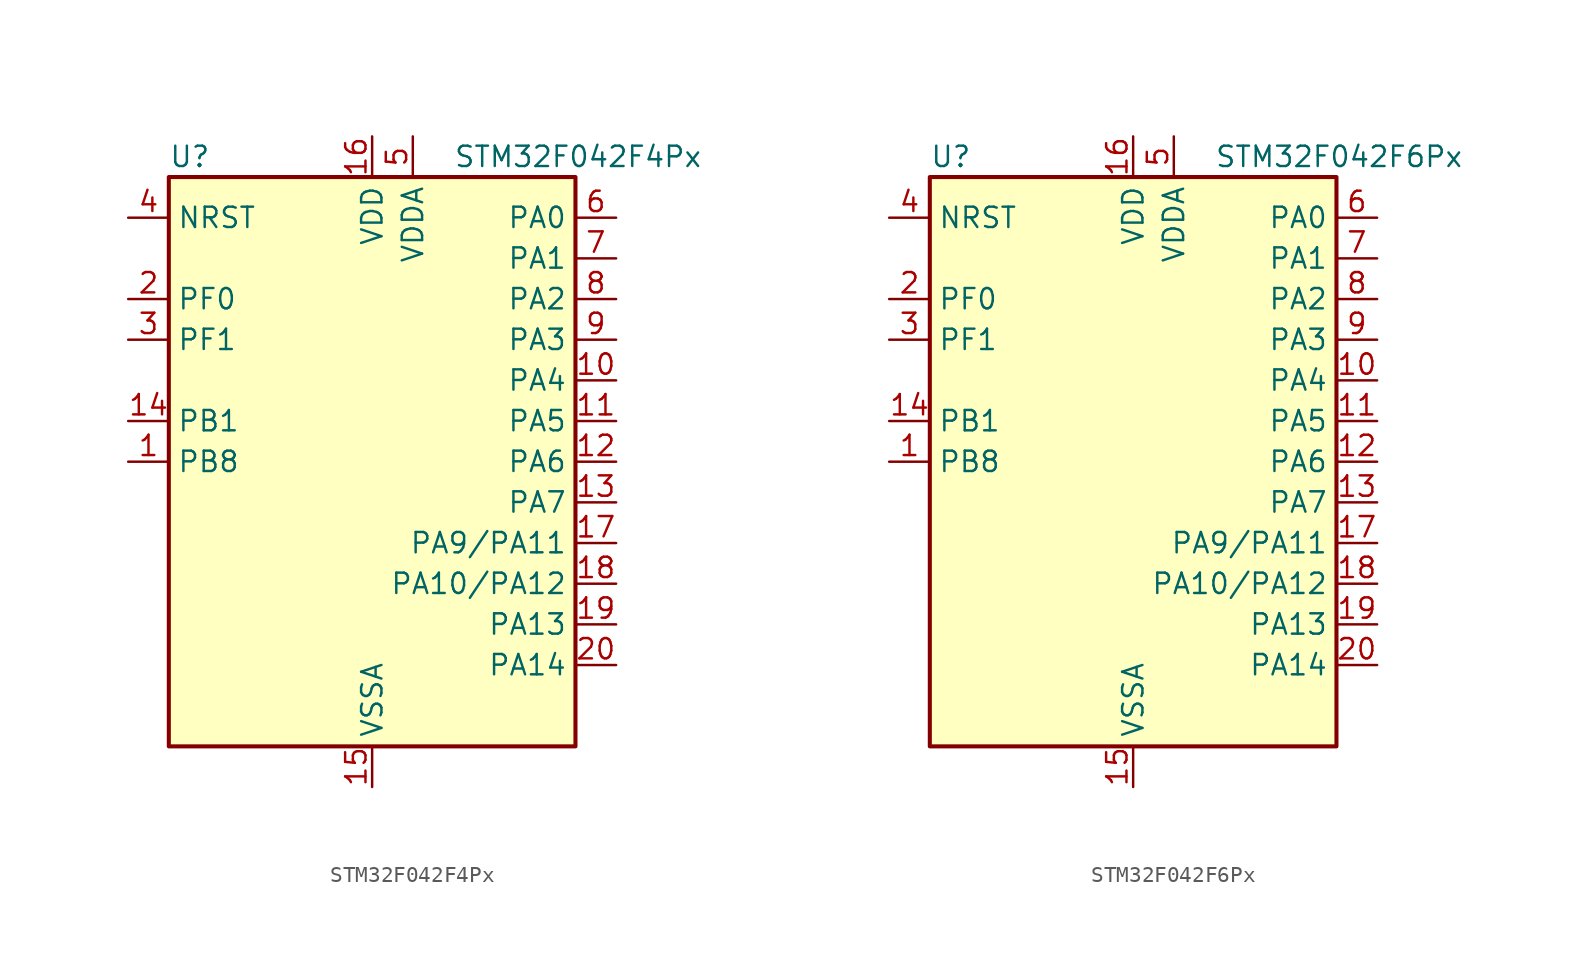
<source format=kicad_sym>
(kicad_symbol_lib
  (version 20220914)
  (generator kicad_symbol_editor)
  (symbol "STM32F042F4Px"
    (property "Reference" "U"
      (at -12.7 19.05 0)
      (effects (font (size 1.27 1.27)) (justify left)))
    (property "Value" "STM32F042F4Px"
      (at 5.08 19.05 0)
      (effects (font (size 1.27 1.27)) (justify left)))
    (property "ki_locked" ""
      (at 0 0 0)
      (effects (font (size 1.27 1.27))))
    (symbol "STM32F042F4Px_0_1"
      (rectangle (start -12.7 -17.78) (end 12.7 17.78) (stroke (width 0.254) (type default)) (fill (type background))))
    (symbol "STM32F042F4Px_1_1"
      (pin bidirectional line (at -15.24 0 0) (length 2.54) (name "PB8" (effects (font (size 1.27 1.27)))) (number "1" (effects (font (size 1.27 1.27)))) (alternate "CAN_RX" bidirectional line) (alternate "CEC" bidirectional line) (alternate "I2C1_SCL" bidirectional line) (alternate "TIM16_CH1" bidirectional line) (alternate "TSC_SYNC" bidirectional line))
      (pin bidirectional line (at 15.24 5.08 180) (length 2.54) (name "PA4" (effects (font (size 1.27 1.27)))) (number "10" (effects (font (size 1.27 1.27)))) (alternate "ADC_IN4" bidirectional line) (alternate "I2S1_WS" bidirectional line) (alternate "SPI1_NSS" bidirectional line) (alternate "TIM14_CH1" bidirectional line) (alternate "TSC_G2_IO1" bidirectional line) (alternate "USART2_CK" bidirectional line) (alternate "USB_NOE" bidirectional line))
      (pin bidirectional line (at 15.24 2.54 180) (length 2.54) (name "PA5" (effects (font (size 1.27 1.27)))) (number "11" (effects (font (size 1.27 1.27)))) (alternate "ADC_IN5" bidirectional line) (alternate "CEC" bidirectional line) (alternate "I2S1_CK" bidirectional line) (alternate "SPI1_SCK" bidirectional line) (alternate "TIM2_CH1" bidirectional line) (alternate "TIM2_ETR" bidirectional line) (alternate "TSC_G2_IO2" bidirectional line))
      (pin bidirectional line (at 15.24 0 180) (length 2.54) (name "PA6" (effects (font (size 1.27 1.27)))) (number "12" (effects (font (size 1.27 1.27)))) (alternate "ADC_IN6" bidirectional line) (alternate "I2S1_MCK" bidirectional line) (alternate "SPI1_MISO" bidirectional line) (alternate "TIM16_CH1" bidirectional line) (alternate "TIM1_BKIN" bidirectional line) (alternate "TIM3_CH1" bidirectional line) (alternate "TSC_G2_IO3" bidirectional line))
      (pin bidirectional line (at 15.24 -2.54 180) (length 2.54) (name "PA7" (effects (font (size 1.27 1.27)))) (number "13" (effects (font (size 1.27 1.27)))) (alternate "ADC_IN7" bidirectional line) (alternate "I2S1_SD" bidirectional line) (alternate "SPI1_MOSI" bidirectional line) (alternate "TIM14_CH1" bidirectional line) (alternate "TIM17_CH1" bidirectional line) (alternate "TIM1_CH1N" bidirectional line) (alternate "TIM3_CH2" bidirectional line) (alternate "TSC_G2_IO4" bidirectional line))
      (pin bidirectional line (at -15.24 2.54 0) (length 2.54) (name "PB1" (effects (font (size 1.27 1.27)))) (number "14" (effects (font (size 1.27 1.27)))) (alternate "ADC_IN9" bidirectional line) (alternate "TIM14_CH1" bidirectional line) (alternate "TIM1_CH3N" bidirectional line) (alternate "TIM3_CH4" bidirectional line))
      (pin power_in line (at 0 -20.32 90) (length 2.54) (name "VSSA" (effects (font (size 1.27 1.27)))) (number "15" (effects (font (size 1.27 1.27)))))
      (pin power_in line (at 0 20.32 270) (length 2.54) (name "VDD" (effects (font (size 1.27 1.27)))) (number "16" (effects (font (size 1.27 1.27)))))
      (pin bidirectional line (at 15.24 -5.08 180) (length 2.54) (name "PA9/PA11" (effects (font (size 1.27 1.27)))) (number "17" (effects (font (size 1.27 1.27)))) (alternate "I2C1_SCL" bidirectional line) (alternate "TIM1_CH2" bidirectional line) (alternate "TSC_G4_IO1" bidirectional line) (alternate "USART1_TX" bidirectional line))
      (pin bidirectional line (at 15.24 -7.62 180) (length 2.54) (name "PA10/PA12" (effects (font (size 1.27 1.27)))) (number "18" (effects (font (size 1.27 1.27)))) (alternate "I2C1_SDA" bidirectional line) (alternate "TIM17_BKIN" bidirectional line) (alternate "TIM1_CH3" bidirectional line) (alternate "TSC_G4_IO2" bidirectional line) (alternate "USART1_RX" bidirectional line))
      (pin bidirectional line (at 15.24 -10.16 180) (length 2.54) (name "PA13" (effects (font (size 1.27 1.27)))) (number "19" (effects (font (size 1.27 1.27)))) (alternate "IR_OUT" bidirectional line) (alternate "SYS_SWDIO" bidirectional line) (alternate "USB_NOE" bidirectional line))
      (pin bidirectional line (at -15.24 10.16 0) (length 2.54) (name "PF0" (effects (font (size 1.27 1.27)))) (number "2" (effects (font (size 1.27 1.27)))) (alternate "CRS_SYNC" bidirectional line) (alternate "I2C1_SDA" bidirectional line) (alternate "RCC_OSC_IN" bidirectional line))
      (pin bidirectional line (at 15.24 -12.7 180) (length 2.54) (name "PA14" (effects (font (size 1.27 1.27)))) (number "20" (effects (font (size 1.27 1.27)))) (alternate "SYS_SWCLK" bidirectional line) (alternate "USART2_TX" bidirectional line))
      (pin bidirectional line (at -15.24 7.62 0) (length 2.54) (name "PF1" (effects (font (size 1.27 1.27)))) (number "3" (effects (font (size 1.27 1.27)))) (alternate "I2C1_SCL" bidirectional line) (alternate "RCC_OSC_OUT" bidirectional line))
      (pin input line (at -15.24 15.24 0) (length 2.54) (name "NRST" (effects (font (size 1.27 1.27)))) (number "4" (effects (font (size 1.27 1.27)))))
      (pin power_in line (at 2.54 20.32 270) (length 2.54) (name "VDDA" (effects (font (size 1.27 1.27)))) (number "5" (effects (font (size 1.27 1.27)))))
      (pin bidirectional line (at 15.24 15.24 180) (length 2.54) (name "PA0" (effects (font (size 1.27 1.27)))) (number "6" (effects (font (size 1.27 1.27)))) (alternate "ADC_IN0" bidirectional line) (alternate "RTC_TAMP2" bidirectional line) (alternate "SYS_WKUP1" bidirectional line) (alternate "TIM2_CH1" bidirectional line) (alternate "TIM2_ETR" bidirectional line) (alternate "TSC_G1_IO1" bidirectional line) (alternate "USART2_CTS" bidirectional line))
      (pin bidirectional line (at 15.24 12.7 180) (length 2.54) (name "PA1" (effects (font (size 1.27 1.27)))) (number "7" (effects (font (size 1.27 1.27)))) (alternate "ADC_IN1" bidirectional line) (alternate "TIM2_CH2" bidirectional line) (alternate "TSC_G1_IO2" bidirectional line) (alternate "USART2_DE" bidirectional line) (alternate "USART2_RTS" bidirectional line))
      (pin bidirectional line (at 15.24 10.16 180) (length 2.54) (name "PA2" (effects (font (size 1.27 1.27)))) (number "8" (effects (font (size 1.27 1.27)))) (alternate "ADC_IN2" bidirectional line) (alternate "SYS_WKUP4" bidirectional line) (alternate "TIM2_CH3" bidirectional line) (alternate "TSC_G1_IO3" bidirectional line) (alternate "USART2_TX" bidirectional line))
      (pin bidirectional line (at 15.24 7.62 180) (length 2.54) (name "PA3" (effects (font (size 1.27 1.27)))) (number "9" (effects (font (size 1.27 1.27)))) (alternate "ADC_IN3" bidirectional line) (alternate "TIM2_CH4" bidirectional line) (alternate "TSC_G1_IO4" bidirectional line) (alternate "USART2_RX" bidirectional line))))
  (symbol "STM32F042F6Px"
    (property "Reference" "U"
      (at -12.7 19.05 0)
      (effects (font (size 1.27 1.27)) (justify left)))
    (property "Value" "STM32F042F6Px"
      (at 5.08 19.05 0)
      (effects (font (size 1.27 1.27)) (justify left)))
    (property "ki_locked" ""
      (at 0 0 0)
      (effects (font (size 1.27 1.27))))
    (symbol "STM32F042F6Px_0_1"
      (rectangle (start -12.7 -17.78) (end 12.7 17.78) (stroke (width 0.254) (type default)) (fill (type background))))
    (symbol "STM32F042F6Px_1_1"
      (pin bidirectional line (at -15.24 0 0) (length 2.54) (name "PB8" (effects (font (size 1.27 1.27)))) (number "1" (effects (font (size 1.27 1.27)))) (alternate "CAN_RX" bidirectional line) (alternate "CEC" bidirectional line) (alternate "I2C1_SCL" bidirectional line) (alternate "TIM16_CH1" bidirectional line) (alternate "TSC_SYNC" bidirectional line))
      (pin bidirectional line (at 15.24 5.08 180) (length 2.54) (name "PA4" (effects (font (size 1.27 1.27)))) (number "10" (effects (font (size 1.27 1.27)))) (alternate "ADC_IN4" bidirectional line) (alternate "I2S1_WS" bidirectional line) (alternate "SPI1_NSS" bidirectional line) (alternate "TIM14_CH1" bidirectional line) (alternate "TSC_G2_IO1" bidirectional line) (alternate "USART2_CK" bidirectional line) (alternate "USB_NOE" bidirectional line))
      (pin bidirectional line (at 15.24 2.54 180) (length 2.54) (name "PA5" (effects (font (size 1.27 1.27)))) (number "11" (effects (font (size 1.27 1.27)))) (alternate "ADC_IN5" bidirectional line) (alternate "CEC" bidirectional line) (alternate "I2S1_CK" bidirectional line) (alternate "SPI1_SCK" bidirectional line) (alternate "TIM2_CH1" bidirectional line) (alternate "TIM2_ETR" bidirectional line) (alternate "TSC_G2_IO2" bidirectional line))
      (pin bidirectional line (at 15.24 0 180) (length 2.54) (name "PA6" (effects (font (size 1.27 1.27)))) (number "12" (effects (font (size 1.27 1.27)))) (alternate "ADC_IN6" bidirectional line) (alternate "I2S1_MCK" bidirectional line) (alternate "SPI1_MISO" bidirectional line) (alternate "TIM16_CH1" bidirectional line) (alternate "TIM1_BKIN" bidirectional line) (alternate "TIM3_CH1" bidirectional line) (alternate "TSC_G2_IO3" bidirectional line))
      (pin bidirectional line (at 15.24 -2.54 180) (length 2.54) (name "PA7" (effects (font (size 1.27 1.27)))) (number "13" (effects (font (size 1.27 1.27)))) (alternate "ADC_IN7" bidirectional line) (alternate "I2S1_SD" bidirectional line) (alternate "SPI1_MOSI" bidirectional line) (alternate "TIM14_CH1" bidirectional line) (alternate "TIM17_CH1" bidirectional line) (alternate "TIM1_CH1N" bidirectional line) (alternate "TIM3_CH2" bidirectional line) (alternate "TSC_G2_IO4" bidirectional line))
      (pin bidirectional line (at -15.24 2.54 0) (length 2.54) (name "PB1" (effects (font (size 1.27 1.27)))) (number "14" (effects (font (size 1.27 1.27)))) (alternate "ADC_IN9" bidirectional line) (alternate "TIM14_CH1" bidirectional line) (alternate "TIM1_CH3N" bidirectional line) (alternate "TIM3_CH4" bidirectional line))
      (pin power_in line (at 0 -20.32 90) (length 2.54) (name "VSSA" (effects (font (size 1.27 1.27)))) (number "15" (effects (font (size 1.27 1.27)))))
      (pin power_in line (at 0 20.32 270) (length 2.54) (name "VDD" (effects (font (size 1.27 1.27)))) (number "16" (effects (font (size 1.27 1.27)))))
      (pin bidirectional line (at 15.24 -5.08 180) (length 2.54) (name "PA9/PA11" (effects (font (size 1.27 1.27)))) (number "17" (effects (font (size 1.27 1.27)))) (alternate "I2C1_SCL" bidirectional line) (alternate "TIM1_CH2" bidirectional line) (alternate "TSC_G4_IO1" bidirectional line) (alternate "USART1_TX" bidirectional line))
      (pin bidirectional line (at 15.24 -7.62 180) (length 2.54) (name "PA10/PA12" (effects (font (size 1.27 1.27)))) (number "18" (effects (font (size 1.27 1.27)))) (alternate "I2C1_SDA" bidirectional line) (alternate "TIM17_BKIN" bidirectional line) (alternate "TIM1_CH3" bidirectional line) (alternate "TSC_G4_IO2" bidirectional line) (alternate "USART1_RX" bidirectional line))
      (pin bidirectional line (at 15.24 -10.16 180) (length 2.54) (name "PA13" (effects (font (size 1.27 1.27)))) (number "19" (effects (font (size 1.27 1.27)))) (alternate "IR_OUT" bidirectional line) (alternate "SYS_SWDIO" bidirectional line) (alternate "USB_NOE" bidirectional line))
      (pin bidirectional line (at -15.24 10.16 0) (length 2.54) (name "PF0" (effects (font (size 1.27 1.27)))) (number "2" (effects (font (size 1.27 1.27)))) (alternate "CRS_SYNC" bidirectional line) (alternate "I2C1_SDA" bidirectional line) (alternate "RCC_OSC_IN" bidirectional line))
      (pin bidirectional line (at 15.24 -12.7 180) (length 2.54) (name "PA14" (effects (font (size 1.27 1.27)))) (number "20" (effects (font (size 1.27 1.27)))) (alternate "SYS_SWCLK" bidirectional line) (alternate "USART2_TX" bidirectional line))
      (pin bidirectional line (at -15.24 7.62 0) (length 2.54) (name "PF1" (effects (font (size 1.27 1.27)))) (number "3" (effects (font (size 1.27 1.27)))) (alternate "I2C1_SCL" bidirectional line) (alternate "RCC_OSC_OUT" bidirectional line))
      (pin input line (at -15.24 15.24 0) (length 2.54) (name "NRST" (effects (font (size 1.27 1.27)))) (number "4" (effects (font (size 1.27 1.27)))))
      (pin power_in line (at 2.54 20.32 270) (length 2.54) (name "VDDA" (effects (font (size 1.27 1.27)))) (number "5" (effects (font (size 1.27 1.27)))))
      (pin bidirectional line (at 15.24 15.24 180) (length 2.54) (name "PA0" (effects (font (size 1.27 1.27)))) (number "6" (effects (font (size 1.27 1.27)))) (alternate "ADC_IN0" bidirectional line) (alternate "RTC_TAMP2" bidirectional line) (alternate "SYS_WKUP1" bidirectional line) (alternate "TIM2_CH1" bidirectional line) (alternate "TIM2_ETR" bidirectional line) (alternate "TSC_G1_IO1" bidirectional line) (alternate "USART2_CTS" bidirectional line))
      (pin bidirectional line (at 15.24 12.7 180) (length 2.54) (name "PA1" (effects (font (size 1.27 1.27)))) (number "7" (effects (font (size 1.27 1.27)))) (alternate "ADC_IN1" bidirectional line) (alternate "TIM2_CH2" bidirectional line) (alternate "TSC_G1_IO2" bidirectional line) (alternate "USART2_DE" bidirectional line) (alternate "USART2_RTS" bidirectional line))
      (pin bidirectional line (at 15.24 10.16 180) (length 2.54) (name "PA2" (effects (font (size 1.27 1.27)))) (number "8" (effects (font (size 1.27 1.27)))) (alternate "ADC_IN2" bidirectional line) (alternate "SYS_WKUP4" bidirectional line) (alternate "TIM2_CH3" bidirectional line) (alternate "TSC_G1_IO3" bidirectional line) (alternate "USART2_TX" bidirectional line))
      (pin bidirectional line (at 15.24 7.62 180) (length 2.54) (name "PA3" (effects (font (size 1.27 1.27)))) (number "9" (effects (font (size 1.27 1.27)))) (alternate "ADC_IN3" bidirectional line) (alternate "TIM2_CH4" bidirectional line) (alternate "TSC_G1_IO4" bidirectional line) (alternate "USART2_RX" bidirectional line)))))
</source>
